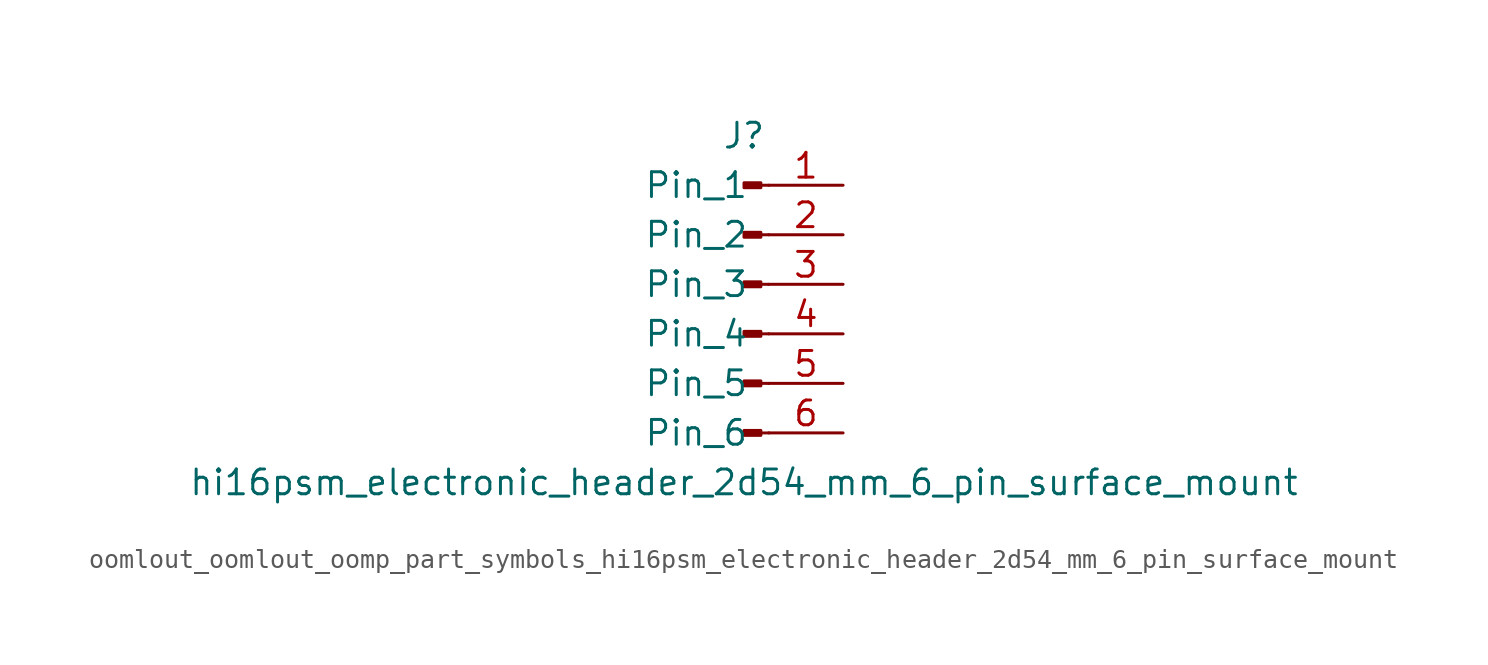
<source format=kicad_sym>
(kicad_symbol_lib
  (version 20220914)
  (generator kicad_symbol_editor)
  (symbol "oomlout_oomlout_oomp_part_symbols_hi16psm_electronic_header_2d54_mm_6_pin_surface_mount"
    (pin_names
      (offset 1.016))
    (property "Reference" "J"
      (at 0 7.62 0)
      (effects (font (size 1.27 1.27))))
    (property "Value" "hi16psm_electronic_header_2d54_mm_6_pin_surface_mount"
      (at 0 -10.16 0)
      (effects (font (size 1.27 1.27))))
    (property "ki_locked" ""
      (at 0 0 0)
      (effects (font (size 1.27 1.27))))
    (symbol "oomlout_oomlout_oomp_part_symbols_hi16psm_electronic_header_2d54_mm_6_pin_surface_mount_1_1"
      (polyline (pts (xy 1.27 -7.62) (xy 0.864 -7.62)) (stroke (width 0.152) (type default)) (fill (type none)))
      (polyline (pts (xy 1.27 -5.08) (xy 0.864 -5.08)) (stroke (width 0.152) (type default)) (fill (type none)))
      (polyline (pts (xy 1.27 -2.54) (xy 0.864 -2.54)) (stroke (width 0.152) (type default)) (fill (type none)))
      (polyline (pts (xy 1.27 0) (xy 0.864 0)) (stroke (width 0.152) (type default)) (fill (type none)))
      (polyline (pts (xy 1.27 2.54) (xy 0.864 2.54)) (stroke (width 0.152) (type default)) (fill (type none)))
      (polyline (pts (xy 1.27 5.08) (xy 0.864 5.08)) (stroke (width 0.152) (type default)) (fill (type none)))
      (rectangle (start 0.864 -7.493) (end 0 -7.747) (stroke (width 0.152) (type default)) (fill (type outline)))
      (rectangle (start 0.864 -4.953) (end 0 -5.207) (stroke (width 0.152) (type default)) (fill (type outline)))
      (rectangle (start 0.864 -2.413) (end 0 -2.667) (stroke (width 0.152) (type default)) (fill (type outline)))
      (rectangle (start 0.864 0.127) (end 0 -0.127) (stroke (width 0.152) (type default)) (fill (type outline)))
      (rectangle (start 0.864 2.667) (end 0 2.413) (stroke (width 0.152) (type default)) (fill (type outline)))
      (rectangle (start 0.864 5.207) (end 0 4.953) (stroke (width 0.152) (type default)) (fill (type outline)))
      (pin passive line (at 5.08 5.08 180) (length 3.81) (name "Pin_1" (effects (font (size 1.27 1.27)))) (number "1" (effects (font (size 1.27 1.27)))))
      (pin passive line (at 5.08 2.54 180) (length 3.81) (name "Pin_2" (effects (font (size 1.27 1.27)))) (number "2" (effects (font (size 1.27 1.27)))))
      (pin passive line (at 5.08 0 180) (length 3.81) (name "Pin_3" (effects (font (size 1.27 1.27)))) (number "3" (effects (font (size 1.27 1.27)))))
      (pin passive line (at 5.08 -2.54 180) (length 3.81) (name "Pin_4" (effects (font (size 1.27 1.27)))) (number "4" (effects (font (size 1.27 1.27)))))
      (pin passive line (at 5.08 -5.08 180) (length 3.81) (name "Pin_5" (effects (font (size 1.27 1.27)))) (number "5" (effects (font (size 1.27 1.27)))))
      (pin passive line (at 5.08 -7.62 180) (length 3.81) (name "Pin_6" (effects (font (size 1.27 1.27)))) (number "6" (effects (font (size 1.27 1.27))))))))
</source>
